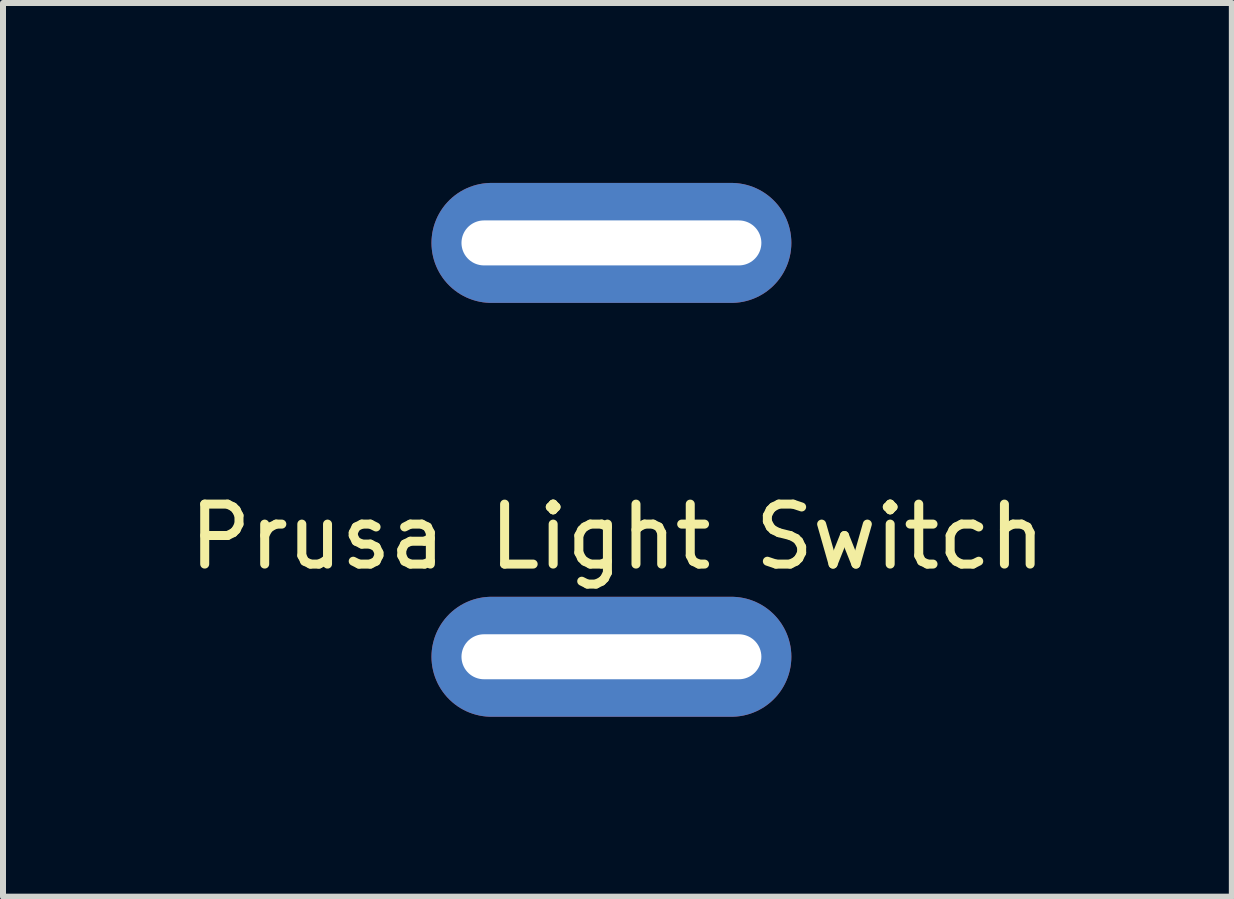
<source format=kicad_pcb>
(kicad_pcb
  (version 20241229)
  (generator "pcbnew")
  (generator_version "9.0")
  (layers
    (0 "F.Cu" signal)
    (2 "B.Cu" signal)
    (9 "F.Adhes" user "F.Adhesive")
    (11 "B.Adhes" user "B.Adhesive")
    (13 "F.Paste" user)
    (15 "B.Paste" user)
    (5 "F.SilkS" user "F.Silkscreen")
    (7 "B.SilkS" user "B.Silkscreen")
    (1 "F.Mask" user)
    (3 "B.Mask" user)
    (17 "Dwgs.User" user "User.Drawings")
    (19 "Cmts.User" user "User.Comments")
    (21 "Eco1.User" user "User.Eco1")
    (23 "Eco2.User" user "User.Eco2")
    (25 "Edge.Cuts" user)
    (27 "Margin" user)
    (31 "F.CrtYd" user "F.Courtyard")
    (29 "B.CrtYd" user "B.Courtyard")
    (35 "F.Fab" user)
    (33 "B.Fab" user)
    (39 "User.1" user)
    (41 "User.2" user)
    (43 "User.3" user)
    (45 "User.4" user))
  (footprint "Prusa Light Switch"
    (layer "F.Cu")
    (at 7.144 1)
    (property "Reference" "Prusa Light Switch" (at 0.1 4.9 0) (layer "F.SilkS") (effects (font (size 1 1) (thickness 0.15))))
    (attr through_hole)
    (pad "1" thru_hole oval (at 0 0) (size 6 2) (drill oval 5 0.75) (layers "*.Cu" "*.Mask"))
    (pad "2" thru_hole oval (at 0 6.9) (size 6 2) (drill oval 5 0.75) (layers "*.Cu" "*.Mask")))
  (gr_rect
    (start -3 -3)
    (end 17.488 11.9)
    (stroke (width 0.1) (type default))
    (fill no)
    (layer "Edge.Cuts")))
</source>
